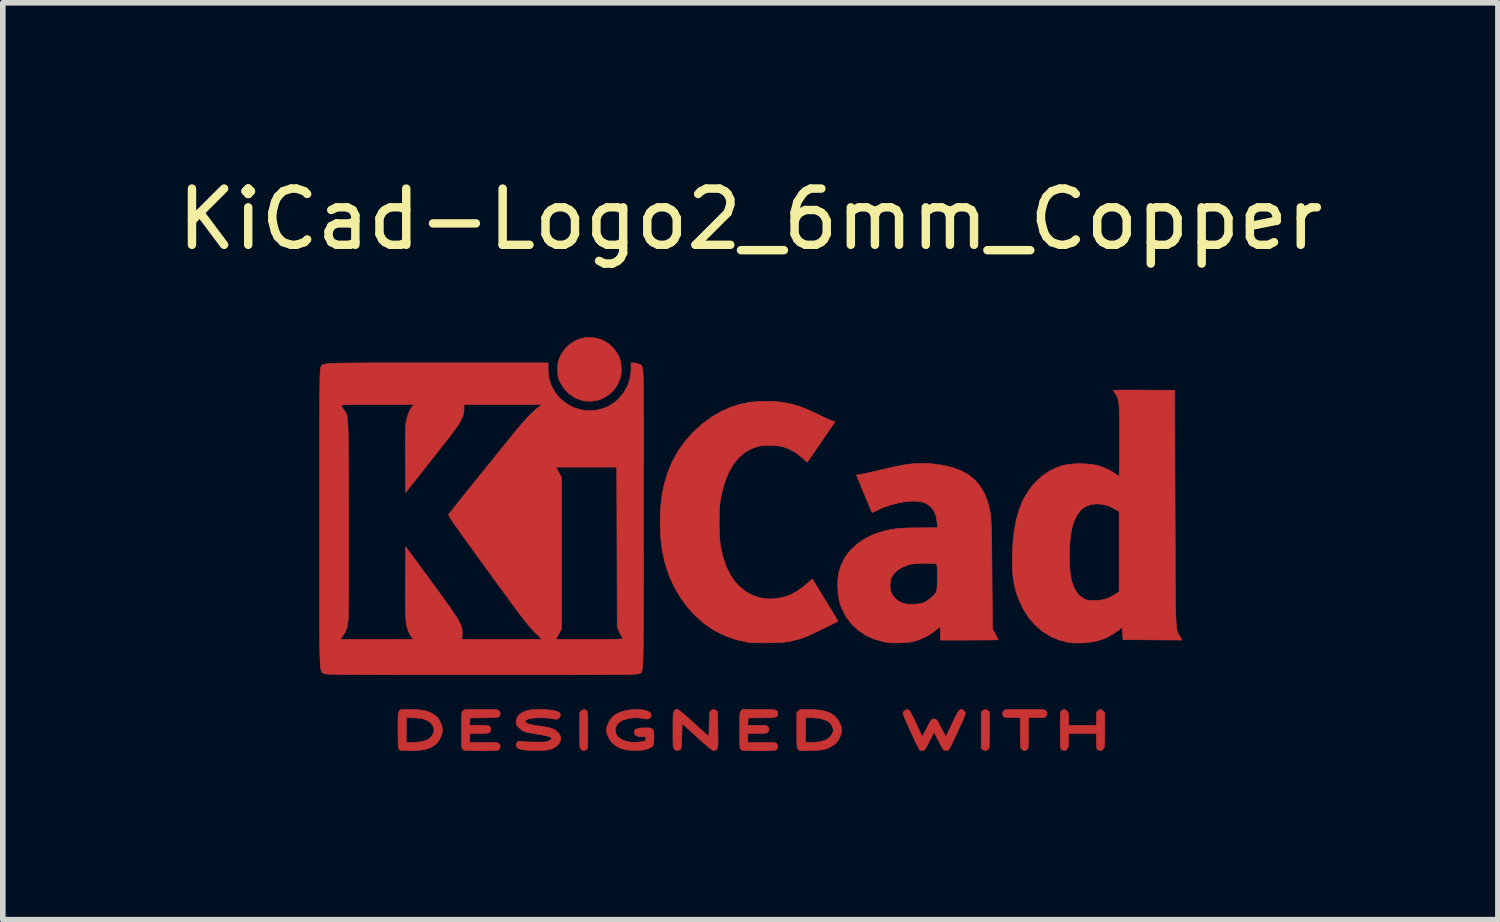
<source format=kicad_pcb>
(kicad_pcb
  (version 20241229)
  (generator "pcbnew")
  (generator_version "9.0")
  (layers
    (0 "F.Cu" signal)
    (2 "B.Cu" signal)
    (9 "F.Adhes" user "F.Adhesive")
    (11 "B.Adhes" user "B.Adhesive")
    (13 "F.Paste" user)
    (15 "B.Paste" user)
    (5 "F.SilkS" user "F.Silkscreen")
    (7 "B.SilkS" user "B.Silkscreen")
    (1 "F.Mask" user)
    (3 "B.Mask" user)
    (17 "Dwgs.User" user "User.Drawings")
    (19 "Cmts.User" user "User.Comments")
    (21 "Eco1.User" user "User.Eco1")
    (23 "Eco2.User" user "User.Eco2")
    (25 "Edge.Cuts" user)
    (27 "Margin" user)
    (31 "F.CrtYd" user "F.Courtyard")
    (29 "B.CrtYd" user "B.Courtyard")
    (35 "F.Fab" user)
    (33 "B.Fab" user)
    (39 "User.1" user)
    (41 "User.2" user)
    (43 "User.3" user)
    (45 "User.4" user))
  (footprint "KiCad-Logo2_6mm_Copper"
    (layer "F.Cu")
    (at 10.292 5.928)
    (property "Reference" "KiCad-Logo2_6mm_Copper" (at 0 -5.08 0) (layer "F.SilkS") (effects (font (size 1 1) (thickness 0.15))))
    (attr board_only exclude_from_pos_files exclude_from_bom allow_missing_courtyard)
    (fp_poly (pts (xy 4.2 3.642) (xy 4.224 3.657) (xy 4.251 3.678) (xy 4.251 4) (xy 4.251 4.094) (xy 4.25 4.168) (xy 4.249 4.225) (xy 4.248 4.267) (xy 4.246 4.297) (xy 4.243 4.317) (xy 4.239 4.331) (xy 4.233 4.341) (xy 4.229 4.345) (xy 4.198 4.366) (xy 4.162 4.365) (xy 4.131 4.347) (xy 4.104 4.326) (xy 4.104 3.678) (xy 4.131 3.657) (xy 4.156 3.641) (xy 4.177 3.635) (xy 4.2 3.642)) (stroke (width 0.01) (type solid)) (fill yes) (layer "F.Cu"))
    (fp_poly (pts (xy -2.912 3.658) (xy -2.906 3.665) (xy -2.9 3.675) (xy -2.896 3.69) (xy -2.894 3.712) (xy -2.892 3.744) (xy -2.89 3.789) (xy -2.89 3.849) (xy -2.89 3.926) (xy -2.89 4.002) (xy -2.89 4.096) (xy -2.89 4.17) (xy -2.891 4.226) (xy -2.892 4.268) (xy -2.894 4.298) (xy -2.897 4.318) (xy -2.901 4.332) (xy -2.907 4.341) (xy -2.912 4.346) (xy -2.945 4.366) (xy -2.98 4.364) (xy -3.012 4.343) (xy -3.019 4.335) (xy -3.025 4.325) (xy -3.029 4.311) (xy -3.032 4.291) (xy -3.034 4.261) (xy -3.035 4.219) (xy -3.036 4.162) (xy -3.036 4.088) (xy -3.036 4.004) (xy -3.036 3.691) (xy -3.009 3.663) (xy -2.974 3.64) (xy -2.941 3.639) (xy -2.912 3.658)) (stroke (width 0.01) (type solid)) (fill yes) (layer "F.Cu"))
    (fp_poly (pts (xy -2.726 -2.964) (xy -2.623 -2.928) (xy -2.527 -2.871) (xy -2.441 -2.795) (xy -2.369 -2.697) (xy -2.336 -2.636) (xy -2.308 -2.55) (xy -2.295 -2.451) (xy -2.296 -2.35) (xy -2.313 -2.257) (xy -2.359 -2.145) (xy -2.425 -2.047) (xy -2.509 -1.966) (xy -2.606 -1.904) (xy -2.714 -1.862) (xy -2.829 -1.844) (xy -2.948 -1.849) (xy -3.007 -1.862) (xy -3.121 -1.906) (xy -3.222 -1.974) (xy -3.309 -2.063) (xy -3.377 -2.171) (xy -3.383 -2.183) (xy -3.403 -2.227) (xy -3.415 -2.265) (xy -3.422 -2.304) (xy -3.425 -2.355) (xy -3.426 -2.41) (xy -3.425 -2.476) (xy -3.421 -2.523) (xy -3.413 -2.562) (xy -3.399 -2.6) (xy -3.382 -2.639) (xy -3.318 -2.747) (xy -3.238 -2.834) (xy -3.147 -2.901) (xy -3.047 -2.948) (xy -2.941 -2.973) (xy -2.833 -2.979) (xy -2.726 -2.964)) (stroke (width 0.01) (type solid)) (fill yes) (layer "F.Cu"))
    (fp_poly (pts (xy 4.975 3.635) (xy 5.053 3.636) (xy 5.115 3.637) (xy 5.161 3.638) (xy 5.194 3.64) (xy 5.217 3.643) (xy 5.232 3.646) (xy 5.243 3.651) (xy 5.248 3.655) (xy 5.273 3.688) (xy 5.276 3.721) (xy 5.26 3.752) (xy 5.25 3.764) (xy 5.239 3.773) (xy 5.223 3.778) (xy 5.197 3.781) (xy 5.159 3.782) (xy 5.102 3.782) (xy 5.091 3.782) (xy 4.945 3.782) (xy 4.945 4.053) (xy 4.945 4.138) (xy 4.944 4.204) (xy 4.943 4.253) (xy 4.942 4.288) (xy 4.939 4.312) (xy 4.935 4.328) (xy 4.929 4.338) (xy 4.922 4.346) (xy 4.889 4.366) (xy 4.855 4.365) (xy 4.824 4.342) (xy 4.822 4.339) (xy 4.814 4.329) (xy 4.808 4.316) (xy 4.804 4.299) (xy 4.801 4.274) (xy 4.8 4.238) (xy 4.799 4.188) (xy 4.798 4.122) (xy 4.798 4.046) (xy 4.798 3.782) (xy 4.659 3.782) (xy 4.599 3.782) (xy 4.558 3.78) (xy 4.53 3.777) (xy 4.513 3.771) (xy 4.502 3.763) (xy 4.501 3.761) (xy 4.484 3.728) (xy 4.486 3.691) (xy 4.505 3.658) (xy 4.512 3.651) (xy 4.521 3.646) (xy 4.535 3.643) (xy 4.556 3.64) (xy 4.587 3.638) (xy 4.63 3.636) (xy 4.687 3.636) (xy 4.762 3.635) (xy 4.856 3.635) (xy 4.876 3.635) (xy 4.975 3.635)) (stroke (width 0.01) (type solid)) (fill yes) (layer "F.Cu"))
    (fp_poly (pts (xy 6.241 3.641) (xy 6.272 3.663) (xy 6.3 3.691) (xy 6.3 4) (xy 6.3 4.092) (xy 6.299 4.164) (xy 6.298 4.219) (xy 6.297 4.26) (xy 6.295 4.289) (xy 6.291 4.309) (xy 6.287 4.323) (xy 6.281 4.333) (xy 6.276 4.339) (xy 6.245 4.364) (xy 6.21 4.367) (xy 6.178 4.351) (xy 6.167 4.343) (xy 6.16 4.331) (xy 6.156 4.312) (xy 6.154 4.281) (xy 6.153 4.235) (xy 6.153 4.199) (xy 6.153 4.064) (xy 5.656 4.064) (xy 5.656 4.187) (xy 5.656 4.243) (xy 5.654 4.282) (xy 5.649 4.308) (xy 5.642 4.326) (xy 5.633 4.339) (xy 5.602 4.364) (xy 5.567 4.367) (xy 5.533 4.349) (xy 5.524 4.34) (xy 5.518 4.328) (xy 5.514 4.309) (xy 5.511 4.28) (xy 5.51 4.236) (xy 5.509 4.174) (xy 5.509 4.16) (xy 5.509 4.044) (xy 5.508 3.948) (xy 5.508 3.87) (xy 5.509 3.809) (xy 5.51 3.762) (xy 5.512 3.727) (xy 5.514 3.701) (xy 5.517 3.684) (xy 5.521 3.672) (xy 5.526 3.664) (xy 5.532 3.658) (xy 5.564 3.638) (xy 5.597 3.641) (xy 5.628 3.663) (xy 5.641 3.677) (xy 5.649 3.693) (xy 5.654 3.716) (xy 5.656 3.75) (xy 5.656 3.802) (xy 5.656 3.917) (xy 6.153 3.917) (xy 6.153 3.799) (xy 6.153 3.744) (xy 6.155 3.707) (xy 6.16 3.683) (xy 6.167 3.668) (xy 6.175 3.658) (xy 6.207 3.638) (xy 6.241 3.641)) (stroke (width 0.01) (type solid)) (fill yes) (layer "F.Cu"))
    (fp_poly (pts (xy 1.03 3.635) (xy 1.159 3.64) (xy 1.269 3.653) (xy 1.361 3.676) (xy 1.438 3.709) (xy 1.5 3.754) (xy 1.551 3.81) (xy 1.591 3.88) (xy 1.592 3.882) (xy 1.616 3.944) (xy 1.625 3.999) (xy 1.618 4.054) (xy 1.595 4.117) (xy 1.591 4.127) (xy 1.562 4.183) (xy 1.529 4.227) (xy 1.487 4.264) (xy 1.429 4.3) (xy 1.426 4.302) (xy 1.375 4.326) (xy 1.318 4.344) (xy 1.251 4.357) (xy 1.17 4.365) (xy 1.072 4.368) (xy 1.037 4.368) (xy 0.871 4.369) (xy 0.848 4.339) (xy 0.841 4.33) (xy 0.836 4.318) (xy 0.831 4.302) (xy 0.829 4.279) (xy 0.827 4.247) (xy 0.826 4.222) (xy 0.983 4.222) (xy 1.076 4.222) (xy 1.131 4.221) (xy 1.188 4.216) (xy 1.234 4.21) (xy 1.237 4.21) (xy 1.319 4.188) (xy 1.383 4.155) (xy 1.43 4.109) (xy 1.463 4.049) (xy 1.469 4.033) (xy 1.474 4.009) (xy 1.472 3.984) (xy 1.46 3.952) (xy 1.453 3.936) (xy 1.43 3.893) (xy 1.402 3.863) (xy 1.371 3.843) (xy 1.309 3.816) (xy 1.229 3.796) (xy 1.137 3.785) (xy 1.07 3.782) (xy 0.983 3.782) (xy 0.983 4.222) (xy 0.826 4.222) (xy 0.825 4.201) (xy 0.825 4.141) (xy 0.825 4.062) (xy 0.825 4) (xy 0.825 3.691) (xy 0.852 3.663) (xy 0.865 3.652) (xy 0.878 3.644) (xy 0.896 3.639) (xy 0.924 3.637) (xy 0.966 3.636) (xy 1.026 3.635) (xy 1.03 3.635)) (stroke (width 0.01) (type solid)) (fill yes) (layer "F.Cu"))
    (fp_poly (pts (xy -6.11 3.635) (xy -6.07 3.636) (xy -5.954 3.638) (xy -5.858 3.647) (xy -5.776 3.661) (xy -5.707 3.683) (xy -5.647 3.714) (xy -5.592 3.753) (xy -5.572 3.77) (xy -5.54 3.81) (xy -5.511 3.864) (xy -5.488 3.924) (xy -5.476 3.981) (xy -5.475 4.002) (xy -5.483 4.061) (xy -5.504 4.125) (xy -5.535 4.186) (xy -5.572 4.235) (xy -5.578 4.24) (xy -5.629 4.282) (xy -5.684 4.314) (xy -5.748 4.338) (xy -5.823 4.354) (xy -5.912 4.364) (xy -6.019 4.369) (xy -6.068 4.369) (xy -6.13 4.369) (xy -6.174 4.367) (xy -6.203 4.365) (xy -6.222 4.36) (xy -6.235 4.353) (xy -6.242 4.346) (xy -6.249 4.339) (xy -6.254 4.329) (xy -6.258 4.315) (xy -6.261 4.293) (xy -6.263 4.26) (xy -6.264 4.216) (xy -6.265 4.156) (xy -6.265 4.078) (xy -6.265 4.002) (xy -6.265 3.901) (xy -6.265 3.821) (xy -6.264 3.782) (xy -6.118 3.782) (xy -6.118 4.222) (xy -6.025 4.222) (xy -5.969 4.221) (xy -5.91 4.216) (xy -5.861 4.211) (xy -5.86 4.21) (xy -5.781 4.191) (xy -5.719 4.161) (xy -5.673 4.119) (xy -5.643 4.073) (xy -5.625 4.022) (xy -5.626 3.974) (xy -5.647 3.923) (xy -5.689 3.87) (xy -5.746 3.831) (xy -5.821 3.805) (xy -5.871 3.795) (xy -5.928 3.789) (xy -5.988 3.784) (xy -6.039 3.782) (xy -6.042 3.782) (xy -6.118 3.782) (xy -6.264 3.782) (xy -6.264 3.758) (xy -6.259 3.711) (xy -6.251 3.678) (xy -6.238 3.656) (xy -6.218 3.643) (xy -6.191 3.637) (xy -6.155 3.635) (xy -6.11 3.635)) (stroke (width 0.01) (type solid)) (fill yes) (layer "F.Cu"))
    (fp_poly (pts (xy -1.288 3.64) (xy -1.265 3.653) (xy -1.234 3.676) (xy -1.194 3.709) (xy -1.144 3.752) (xy -1.082 3.807) (xy -1.006 3.876) (xy -0.92 3.954) (xy -0.739 4.118) (xy -0.733 3.898) (xy -0.731 3.823) (xy -0.729 3.766) (xy -0.727 3.726) (xy -0.724 3.698) (xy -0.72 3.681) (xy -0.714 3.669) (xy -0.705 3.66) (xy -0.701 3.657) (xy -0.667 3.638) (xy -0.634 3.641) (xy -0.608 3.657) (xy -0.581 3.678) (xy -0.578 3.993) (xy -0.577 4.086) (xy -0.576 4.159) (xy -0.576 4.214) (xy -0.577 4.256) (xy -0.579 4.285) (xy -0.582 4.305) (xy -0.586 4.32) (xy -0.592 4.33) (xy -0.598 4.339) (xy -0.612 4.354) (xy -0.625 4.365) (xy -0.64 4.369) (xy -0.659 4.365) (xy -0.684 4.353) (xy -0.716 4.331) (xy -0.757 4.298) (xy -0.809 4.253) (xy -0.874 4.195) (xy -0.948 4.128) (xy -1.213 3.888) (xy -1.219 4.107) (xy -1.221 4.182) (xy -1.223 4.239) (xy -1.225 4.279) (xy -1.228 4.306) (xy -1.233 4.324) (xy -1.239 4.335) (xy -1.247 4.344) (xy -1.251 4.347) (xy -1.288 4.367) (xy -1.323 4.364) (xy -1.353 4.339) (xy -1.36 4.329) (xy -1.366 4.318) (xy -1.37 4.302) (xy -1.373 4.279) (xy -1.375 4.246) (xy -1.376 4.201) (xy -1.377 4.14) (xy -1.377 4.061) (xy -1.377 4.002) (xy -1.377 3.911) (xy -1.376 3.839) (xy -1.376 3.784) (xy -1.374 3.744) (xy -1.372 3.715) (xy -1.368 3.695) (xy -1.364 3.681) (xy -1.358 3.671) (xy -1.353 3.665) (xy -1.342 3.651) (xy -1.332 3.64) (xy -1.32 3.634) (xy -1.306 3.634) (xy -1.288 3.64)) (stroke (width 0.01) (type solid)) (fill yes) (layer "F.Cu"))
    (fp_poly (pts (xy -1.938 3.641) (xy -1.87 3.652) (xy -1.817 3.67) (xy -1.783 3.694) (xy -1.774 3.707) (xy -1.764 3.738) (xy -1.771 3.767) (xy -1.791 3.793) (xy -1.822 3.806) (xy -1.867 3.805) (xy -1.903 3.798) (xy -1.981 3.785) (xy -2.061 3.784) (xy -2.15 3.794) (xy -2.175 3.799) (xy -2.258 3.822) (xy -2.323 3.857) (xy -2.369 3.903) (xy -2.395 3.959) (xy -2.401 3.988) (xy -2.397 4.046) (xy -2.374 4.098) (xy -2.333 4.142) (xy -2.277 4.177) (xy -2.207 4.203) (xy -2.126 4.218) (xy -2.036 4.221) (xy -1.939 4.211) (xy -1.934 4.21) (xy -1.895 4.203) (xy -1.874 4.196) (xy -1.865 4.185) (xy -1.862 4.168) (xy -1.862 4.159) (xy -1.862 4.121) (xy -1.931 4.121) (xy -1.991 4.117) (xy -2.032 4.103) (xy -2.056 4.08) (xy -2.065 4.045) (xy -2.065 4.041) (xy -2.06 4.011) (xy -2.043 3.99) (xy -2.01 3.976) (xy -1.96 3.967) (xy -1.911 3.964) (xy -1.841 3.963) (xy -1.789 3.965) (xy -1.755 3.975) (xy -1.733 3.995) (xy -1.721 4.027) (xy -1.716 4.074) (xy -1.715 4.136) (xy -1.717 4.206) (xy -1.721 4.253) (xy -1.728 4.278) (xy -1.73 4.28) (xy -1.769 4.312) (xy -1.826 4.337) (xy -1.897 4.355) (xy -1.98 4.365) (xy -2.069 4.367) (xy -2.163 4.36) (xy -2.218 4.352) (xy -2.304 4.328) (xy -2.384 4.288) (xy -2.451 4.236) (xy -2.461 4.226) (xy -2.495 4.182) (xy -2.524 4.128) (xy -2.548 4.072) (xy -2.561 4.02) (xy -2.562 4.001) (xy -2.556 3.96) (xy -2.538 3.908) (xy -2.513 3.855) (xy -2.483 3.805) (xy -2.457 3.773) (xy -2.396 3.724) (xy -2.317 3.685) (xy -2.223 3.657) (xy -2.117 3.64) (xy -2.02 3.636) (xy -1.938 3.641)) (stroke (width 0.01) (type solid)) (fill yes) (layer "F.Cu"))
    (fp_poly (pts (xy 0.242 3.635) (xy 0.318 3.636) (xy 0.377 3.639) (xy 0.42 3.642) (xy 0.45 3.648) (xy 0.469 3.657) (xy 0.48 3.669) (xy 0.485 3.685) (xy 0.486 3.705) (xy 0.486 3.708) (xy 0.485 3.73) (xy 0.48 3.748) (xy 0.469 3.761) (xy 0.449 3.77) (xy 0.418 3.776) (xy 0.372 3.78) (xy 0.31 3.783) (xy 0.228 3.784) (xy 0.203 3.785) (xy -0.039 3.788) (xy -0.042 3.853) (xy -0.046 3.917) (xy 0.122 3.917) (xy 0.188 3.918) (xy 0.235 3.919) (xy 0.267 3.921) (xy 0.287 3.925) (xy 0.301 3.931) (xy 0.31 3.94) (xy 0.311 3.94) (xy 0.328 3.973) (xy 0.327 4.01) (xy 0.309 4.041) (xy 0.305 4.044) (xy 0.292 4.052) (xy 0.275 4.058) (xy 0.248 4.061) (xy 0.209 4.063) (xy 0.153 4.064) (xy 0.118 4.064) (xy -0.045 4.064) (xy -0.045 4.222) (xy 0.202 4.222) (xy 0.283 4.222) (xy 0.345 4.223) (xy 0.39 4.224) (xy 0.422 4.226) (xy 0.443 4.23) (xy 0.456 4.234) (xy 0.465 4.241) (xy 0.467 4.243) (xy 0.483 4.274) (xy 0.485 4.31) (xy 0.471 4.341) (xy 0.461 4.351) (xy 0.45 4.357) (xy 0.433 4.361) (xy 0.407 4.364) (xy 0.37 4.367) (xy 0.319 4.368) (xy 0.252 4.369) (xy 0.165 4.369) (xy 0.145 4.369) (xy 0.057 4.369) (xy -0.012 4.369) (xy -0.064 4.368) (xy -0.101 4.366) (xy -0.127 4.364) (xy -0.144 4.36) (xy -0.156 4.355) (xy -0.164 4.349) (xy -0.168 4.344) (xy -0.175 4.336) (xy -0.181 4.326) (xy -0.185 4.311) (xy -0.187 4.289) (xy -0.189 4.257) (xy -0.191 4.212) (xy -0.191 4.151) (xy -0.191 4.073) (xy -0.191 4.007) (xy -0.191 3.915) (xy -0.191 3.842) (xy -0.19 3.787) (xy -0.189 3.746) (xy -0.187 3.717) (xy -0.183 3.696) (xy -0.179 3.682) (xy -0.173 3.672) (xy -0.168 3.665) (xy -0.145 3.635) (xy 0.145 3.635) (xy 0.242 3.635)) (stroke (width 0.01) (type solid)) (fill yes) (layer "F.Cu"))
    (fp_poly (pts (xy -4.701 3.635) (xy -4.632 3.636) (xy -4.579 3.637) (xy -4.541 3.638) (xy -4.514 3.641) (xy -4.496 3.644) (xy -4.484 3.649) (xy -4.475 3.655) (xy -4.472 3.658) (xy -4.452 3.689) (xy -4.449 3.725) (xy -4.462 3.757) (xy -4.468 3.763) (xy -4.478 3.769) (xy -4.493 3.774) (xy -4.518 3.778) (xy -4.554 3.78) (xy -4.605 3.782) (xy -4.673 3.784) (xy -4.736 3.785) (xy -4.984 3.788) (xy -4.987 3.853) (xy -4.99 3.917) (xy -4.822 3.917) (xy -4.749 3.918) (xy -4.696 3.921) (xy -4.659 3.927) (xy -4.636 3.936) (xy -4.623 3.952) (xy -4.618 3.974) (xy -4.617 3.994) (xy -4.619 4.019) (xy -4.629 4.037) (xy -4.648 4.05) (xy -4.679 4.058) (xy -4.727 4.062) (xy -4.792 4.064) (xy -4.828 4.064) (xy -4.989 4.064) (xy -4.989 4.222) (xy -4.741 4.222) (xy -4.66 4.222) (xy -4.598 4.223) (xy -4.552 4.224) (xy -4.52 4.226) (xy -4.499 4.229) (xy -4.485 4.234) (xy -4.475 4.24) (xy -4.47 4.245) (xy -4.453 4.272) (xy -4.447 4.296) (xy -4.455 4.325) (xy -4.47 4.346) (xy -4.478 4.353) (xy -4.488 4.359) (xy -4.503 4.362) (xy -4.526 4.365) (xy -4.559 4.367) (xy -4.606 4.368) (xy -4.668 4.369) (xy -4.75 4.369) (xy -4.792 4.369) (xy -4.882 4.369) (xy -4.952 4.369) (xy -5.005 4.368) (xy -5.044 4.366) (xy -5.071 4.364) (xy -5.09 4.36) (xy -5.102 4.356) (xy -5.11 4.35) (xy -5.113 4.346) (xy -5.12 4.339) (xy -5.125 4.329) (xy -5.129 4.314) (xy -5.132 4.292) (xy -5.134 4.26) (xy -5.135 4.215) (xy -5.136 4.155) (xy -5.136 4.077) (xy -5.136 4.004) (xy -5.136 3.911) (xy -5.136 3.838) (xy -5.135 3.782) (xy -5.134 3.74) (xy -5.132 3.711) (xy -5.129 3.691) (xy -5.125 3.678) (xy -5.119 3.669) (xy -5.112 3.661) (xy -5.11 3.66) (xy -5.101 3.652) (xy -5.091 3.647) (xy -5.077 3.642) (xy -5.056 3.639) (xy -5.025 3.637) (xy -4.981 3.636) (xy -4.922 3.635) (xy -4.845 3.635) (xy -4.79 3.635) (xy -4.701 3.635)) (stroke (width 0.01) (type solid)) (fill yes) (layer "F.Cu"))
    (fp_poly (pts (xy 3.756 3.637) (xy 3.776 3.644) (xy 3.777 3.645) (xy 3.803 3.665) (xy 3.818 3.686) (xy 3.821 3.696) (xy 3.821 3.709) (xy 3.817 3.727) (xy 3.808 3.753) (xy 3.793 3.79) (xy 3.772 3.839) (xy 3.744 3.903) (xy 3.707 3.983) (xy 3.687 4.027) (xy 3.65 4.106) (xy 3.616 4.179) (xy 3.585 4.242) (xy 3.559 4.294) (xy 3.54 4.331) (xy 3.527 4.352) (xy 3.525 4.355) (xy 3.494 4.367) (xy 3.459 4.366) (xy 3.431 4.351) (xy 3.43 4.349) (xy 3.418 4.332) (xy 3.4 4.299) (xy 3.376 4.255) (xy 3.349 4.202) (xy 3.339 4.183) (xy 3.266 4.036) (xy 3.186 4.196) (xy 3.157 4.251) (xy 3.131 4.298) (xy 3.109 4.335) (xy 3.093 4.357) (xy 3.088 4.362) (xy 3.046 4.368) (xy 3.012 4.355) (xy 3.001 4.341) (xy 2.984 4.309) (xy 2.96 4.263) (xy 2.932 4.205) (xy 2.901 4.14) (xy 2.869 4.07) (xy 2.835 3.997) (xy 2.804 3.927) (xy 2.774 3.86) (xy 2.749 3.801) (xy 2.729 3.753) (xy 2.716 3.718) (xy 2.712 3.7) (xy 2.712 3.7) (xy 2.723 3.678) (xy 2.745 3.655) (xy 2.746 3.654) (xy 2.774 3.639) (xy 2.799 3.639) (xy 2.808 3.642) (xy 2.82 3.648) (xy 2.832 3.66) (xy 2.846 3.681) (xy 2.864 3.713) (xy 2.887 3.759) (xy 2.917 3.821) (xy 2.943 3.878) (xy 2.974 3.944) (xy 3.002 4.004) (xy 3.025 4.054) (xy 3.042 4.091) (xy 3.051 4.112) (xy 3.052 4.115) (xy 3.058 4.11) (xy 3.073 4.087) (xy 3.093 4.051) (xy 3.117 4.004) (xy 3.127 3.985) (xy 3.16 3.92) (xy 3.185 3.873) (xy 3.205 3.84) (xy 3.222 3.82) (xy 3.237 3.809) (xy 3.253 3.805) (xy 3.264 3.805) (xy 3.282 3.806) (xy 3.299 3.813) (xy 3.315 3.828) (xy 3.333 3.853) (xy 3.355 3.892) (xy 3.384 3.948) (xy 3.4 3.979) (xy 3.426 4.029) (xy 3.449 4.071) (xy 3.466 4.1) (xy 3.476 4.114) (xy 3.478 4.115) (xy 3.484 4.104) (xy 3.498 4.075) (xy 3.519 4.032) (xy 3.546 3.978) (xy 3.575 3.915) (xy 3.59 3.883) (xy 3.628 3.802) (xy 3.659 3.74) (xy 3.683 3.694) (xy 3.704 3.663) (xy 3.722 3.645) (xy 3.739 3.637) (xy 3.756 3.637)) (stroke (width 0.01) (type solid)) (fill yes) (layer "F.Cu"))
    (fp_poly (pts (xy -3.68 3.637) (xy -3.605 3.642) (xy -3.536 3.65) (xy -3.475 3.661) (xy -3.428 3.674) (xy -3.399 3.689) (xy -3.394 3.693) (xy -3.378 3.728) (xy -3.383 3.764) (xy -3.408 3.794) (xy -3.409 3.795) (xy -3.423 3.804) (xy -3.438 3.809) (xy -3.459 3.81) (xy -3.492 3.806) (xy -3.54 3.798) (xy -3.544 3.798) (xy -3.617 3.789) (xy -3.696 3.784) (xy -3.774 3.784) (xy -3.848 3.788) (xy -3.91 3.797) (xy -3.957 3.809) (xy -3.96 3.81) (xy -3.993 3.829) (xy -4.005 3.848) (xy -3.996 3.867) (xy -3.966 3.885) (xy -3.917 3.901) (xy -3.849 3.916) (xy -3.804 3.923) (xy -3.71 3.936) (xy -3.635 3.948) (xy -3.576 3.961) (xy -3.53 3.974) (xy -3.494 3.989) (xy -3.464 4.007) (xy -3.438 4.03) (xy -3.417 4.052) (xy -3.391 4.083) (xy -3.379 4.11) (xy -3.375 4.142) (xy -3.375 4.154) (xy -3.378 4.194) (xy -3.389 4.223) (xy -3.41 4.25) (xy -3.451 4.29) (xy -3.496 4.32) (xy -3.55 4.342) (xy -3.615 4.357) (xy -3.695 4.365) (xy -3.793 4.367) (xy -3.81 4.367) (xy -3.875 4.366) (xy -3.94 4.363) (xy -3.998 4.359) (xy -4.04 4.353) (xy -4.044 4.353) (xy -4.086 4.343) (xy -4.122 4.33) (xy -4.142 4.318) (xy -4.161 4.288) (xy -4.163 4.252) (xy -4.146 4.22) (xy -4.143 4.217) (xy -4.128 4.206) (xy -4.109 4.201) (xy -4.079 4.202) (xy -4.044 4.206) (xy -4.004 4.21) (xy -3.949 4.213) (xy -3.884 4.215) (xy -3.816 4.216) (xy -3.798 4.216) (xy -3.73 4.216) (xy -3.681 4.215) (xy -3.645 4.212) (xy -3.619 4.207) (xy -3.597 4.2) (xy -3.584 4.194) (xy -3.556 4.177) (xy -3.538 4.162) (xy -3.536 4.158) (xy -3.541 4.14) (xy -3.568 4.123) (xy -3.613 4.108) (xy -3.675 4.094) (xy -3.693 4.091) (xy -3.789 4.076) (xy -3.866 4.063) (xy -3.926 4.052) (xy -3.973 4.042) (xy -4.009 4.031) (xy -4.038 4.019) (xy -4.062 4.005) (xy -4.084 3.988) (xy -4.108 3.968) (xy -4.116 3.96) (xy -4.144 3.933) (xy -4.158 3.911) (xy -4.164 3.886) (xy -4.165 3.855) (xy -4.155 3.794) (xy -4.124 3.742) (xy -4.073 3.699) (xy -4.002 3.666) (xy -3.951 3.651) (xy -3.895 3.642) (xy -3.829 3.636) (xy -3.756 3.635) (xy -3.68 3.637)) (stroke (width 0.01) (type solid)) (fill yes) (layer "F.Cu"))
    (fp_poly (pts (xy 0.44 -1.84) (xy 0.588 -1.823) (xy 0.731 -1.794) (xy 0.876 -1.751) (xy 1.028 -1.692) (xy 1.192 -1.615) (xy 1.222 -1.6) (xy 1.29 -1.567) (xy 1.354 -1.537) (xy 1.408 -1.513) (xy 1.446 -1.498) (xy 1.451 -1.496) (xy 1.506 -1.48) (xy 1.26 -1.121) (xy 1.2 -1.033) (xy 1.144 -0.953) (xy 1.096 -0.883) (xy 1.057 -0.826) (xy 1.029 -0.785) (xy 1.013 -0.763) (xy 1.011 -0.759) (xy 1 -0.767) (xy 0.975 -0.789) (xy 0.939 -0.823) (xy 0.919 -0.841) (xy 0.806 -0.931) (xy 0.679 -0.999) (xy 0.57 -1.037) (xy 0.504 -1.049) (xy 0.422 -1.056) (xy 0.333 -1.058) (xy 0.247 -1.056) (xy 0.173 -1.048) (xy 0.144 -1.043) (xy 0.011 -0.997) (xy -0.108 -0.927) (xy -0.215 -0.834) (xy -0.308 -0.716) (xy -0.387 -0.575) (xy -0.454 -0.411) (xy -0.506 -0.223) (xy -0.537 -0.062) (xy -0.546 0.009) (xy -0.551 0.101) (xy -0.554 0.207) (xy -0.555 0.32) (xy -0.553 0.435) (xy -0.548 0.544) (xy -0.542 0.64) (xy -0.533 0.718) (xy -0.531 0.73) (xy -0.489 0.923) (xy -0.431 1.094) (xy -0.357 1.243) (xy -0.267 1.372) (xy -0.203 1.442) (xy -0.089 1.536) (xy 0.037 1.606) (xy 0.172 1.651) (xy 0.313 1.671) (xy 0.459 1.666) (xy 0.608 1.634) (xy 0.696 1.603) (xy 0.818 1.542) (xy 0.943 1.453) (xy 1.013 1.393) (xy 1.053 1.358) (xy 1.084 1.332) (xy 1.101 1.32) (xy 1.104 1.32) (xy 1.112 1.332) (xy 1.132 1.366) (xy 1.163 1.416) (xy 1.203 1.482) (xy 1.251 1.56) (xy 1.304 1.647) (xy 1.334 1.696) (xy 1.56 2.067) (xy 1.278 2.207) (xy 1.176 2.257) (xy 1.093 2.296) (xy 1.025 2.327) (xy 0.966 2.351) (xy 0.911 2.371) (xy 0.855 2.388) (xy 0.794 2.403) (xy 0.735 2.417) (xy 0.682 2.428) (xy 0.627 2.437) (xy 0.565 2.443) (xy 0.488 2.447) (xy 0.394 2.45) (xy 0.33 2.451) (xy 0.238 2.452) (xy 0.151 2.451) (xy 0.073 2.45) (xy 0.01 2.447) (xy -0.032 2.444) (xy -0.034 2.443) (xy -0.25 2.396) (xy -0.452 2.326) (xy -0.642 2.231) (xy -0.818 2.112) (xy -0.98 1.969) (xy -1.129 1.803) (xy -1.238 1.654) (xy -1.353 1.461) (xy -1.446 1.256) (xy -1.517 1.038) (xy -1.567 0.807) (xy -1.597 0.56) (xy -1.606 0.309) (xy -1.598 0.066) (xy -1.574 -0.158) (xy -1.533 -0.368) (xy -1.474 -0.565) (xy -1.396 -0.756) (xy -1.387 -0.776) (xy -1.284 -0.96) (xy -1.159 -1.135) (xy -1.013 -1.298) (xy -0.851 -1.445) (xy -0.676 -1.572) (xy -0.514 -1.665) (xy -0.349 -1.738) (xy -0.185 -1.791) (xy -0.013 -1.825) (xy 0.171 -1.842) (xy 0.281 -1.844) (xy 0.44 -1.84)) (stroke (width 0.01) (type solid)) (fill yes) (layer "F.Cu"))
    (fp_poly (pts (xy 6.842 -2.043) (xy 6.959 -2.043) (xy 6.999 -2.042) (xy 7.544 -2.039) (xy 7.551 0.055) (xy 7.552 0.339) (xy 7.553 0.597) (xy 7.554 0.83) (xy 7.555 1.039) (xy 7.555 1.227) (xy 7.556 1.393) (xy 7.557 1.54) (xy 7.559 1.669) (xy 7.56 1.782) (xy 7.562 1.879) (xy 7.564 1.961) (xy 7.567 2.031) (xy 7.57 2.09) (xy 7.574 2.138) (xy 7.578 2.177) (xy 7.582 2.209) (xy 7.588 2.235) (xy 7.594 2.257) (xy 7.601 2.274) (xy 7.609 2.29) (xy 7.618 2.305) (xy 7.627 2.32) (xy 7.638 2.337) (xy 7.64 2.341) (xy 7.676 2.403) (xy 7.15 2.399) (xy 6.625 2.396) (xy 6.618 2.28) (xy 6.614 2.225) (xy 6.61 2.193) (xy 6.605 2.18) (xy 6.597 2.183) (xy 6.59 2.19) (xy 6.561 2.217) (xy 6.514 2.251) (xy 6.456 2.289) (xy 6.392 2.326) (xy 6.33 2.359) (xy 6.283 2.38) (xy 6.171 2.415) (xy 6.044 2.44) (xy 5.909 2.454) (xy 5.777 2.455) (xy 5.656 2.444) (xy 5.654 2.444) (xy 5.49 2.402) (xy 5.335 2.336) (xy 5.193 2.247) (xy 5.065 2.137) (xy 4.951 2.006) (xy 4.854 1.856) (xy 4.775 1.689) (xy 4.731 1.565) (xy 4.703 1.462) (xy 4.682 1.361) (xy 4.667 1.258) (xy 4.659 1.146) (xy 4.656 1.019) (xy 4.658 0.915) (xy 5.671 0.915) (xy 5.675 1.089) (xy 5.691 1.239) (xy 5.716 1.366) (xy 5.754 1.471) (xy 5.803 1.555) (xy 5.864 1.621) (xy 5.934 1.668) (xy 5.971 1.685) (xy 6.003 1.695) (xy 6.038 1.7) (xy 6.086 1.701) (xy 6.137 1.699) (xy 6.238 1.69) (xy 6.318 1.672) (xy 6.343 1.664) (xy 6.4 1.638) (xy 6.461 1.605) (xy 6.487 1.589) (xy 6.556 1.544) (xy 6.556 0.117) (xy 6.48 0.072) (xy 6.375 0.021) (xy 6.268 -0.01) (xy 6.162 -0.019) (xy 6.061 -0.008) (xy 5.97 0.023) (xy 5.893 0.075) (xy 5.868 0.099) (xy 5.808 0.181) (xy 5.759 0.279) (xy 5.721 0.396) (xy 5.695 0.533) (xy 5.678 0.692) (xy 5.671 0.876) (xy 5.671 0.915) (xy 4.658 0.915) (xy 4.658 0.872) (xy 4.67 0.646) (xy 4.693 0.442) (xy 4.729 0.258) (xy 4.777 0.089) (xy 4.839 -0.066) (xy 4.861 -0.112) (xy 4.95 -0.262) (xy 5.058 -0.396) (xy 5.182 -0.51) (xy 5.319 -0.604) (xy 5.468 -0.674) (xy 5.557 -0.703) (xy 5.644 -0.72) (xy 5.749 -0.73) (xy 5.863 -0.734) (xy 5.977 -0.73) (xy 6.083 -0.719) (xy 6.167 -0.703) (xy 6.268 -0.67) (xy 6.366 -0.628) (xy 6.451 -0.58) (xy 6.497 -0.548) (xy 6.528 -0.525) (xy 6.55 -0.51) (xy 6.555 -0.508) (xy 6.557 -0.521) (xy 6.558 -0.559) (xy 6.559 -0.619) (xy 6.561 -0.699) (xy 6.562 -0.795) (xy 6.562 -0.906) (xy 6.563 -1.027) (xy 6.563 -1.151) (xy 6.563 -1.31) (xy 6.562 -1.444) (xy 6.561 -1.555) (xy 6.56 -1.647) (xy 6.557 -1.721) (xy 6.553 -1.781) (xy 6.548 -1.829) (xy 6.54 -1.867) (xy 6.531 -1.898) (xy 6.52 -1.925) (xy 6.507 -1.949) (xy 6.49 -1.975) (xy 6.488 -1.978) (xy 6.467 -2.011) (xy 6.455 -2.034) (xy 6.453 -2.039) (xy 6.466 -2.04) (xy 6.504 -2.041) (xy 6.563 -2.042) (xy 6.642 -2.043) (xy 6.735 -2.043) (xy 6.842 -2.043)) (stroke (width 0.01) (type solid)) (fill yes) (layer "F.Cu"))
    (fp_poly (pts (xy 3.168 -0.736) (xy 3.236 -0.731) (xy 3.43 -0.705) (xy 3.603 -0.663) (xy 3.753 -0.606) (xy 3.884 -0.532) (xy 3.994 -0.441) (xy 4.086 -0.333) (xy 4.16 -0.206) (xy 4.214 -0.069) (xy 4.227 -0.025) (xy 4.239 0.016) (xy 4.249 0.057) (xy 4.258 0.099) (xy 4.266 0.145) (xy 4.272 0.196) (xy 4.277 0.257) (xy 4.281 0.327) (xy 4.285 0.411) (xy 4.287 0.509) (xy 4.29 0.624) (xy 4.292 0.759) (xy 4.293 0.915) (xy 4.295 1.095) (xy 4.296 1.236) (xy 4.304 2.204) (xy 4.356 2.297) (xy 4.38 2.342) (xy 4.398 2.377) (xy 4.407 2.395) (xy 4.407 2.396) (xy 4.394 2.398) (xy 4.356 2.399) (xy 4.297 2.4) (xy 4.22 2.401) (xy 4.127 2.402) (xy 4.021 2.402) (xy 3.906 2.403) (xy 3.892 2.403) (xy 3.378 2.403) (xy 3.378 2.286) (xy 3.377 2.233) (xy 3.374 2.193) (xy 3.371 2.171) (xy 3.369 2.169) (xy 3.356 2.178) (xy 3.328 2.2) (xy 3.291 2.231) (xy 3.29 2.231) (xy 3.224 2.281) (xy 3.14 2.331) (xy 3.048 2.376) (xy 2.957 2.411) (xy 2.918 2.423) (xy 2.838 2.439) (xy 2.741 2.448) (xy 2.635 2.453) (xy 2.528 2.451) (xy 2.43 2.443) (xy 2.362 2.432) (xy 2.194 2.383) (xy 2.042 2.312) (xy 1.909 2.222) (xy 1.794 2.112) (xy 1.699 1.984) (xy 1.625 1.839) (xy 1.592 1.751) (xy 1.572 1.665) (xy 1.559 1.562) (xy 1.553 1.451) (xy 1.553 1.435) (xy 2.482 1.435) (xy 2.489 1.517) (xy 2.515 1.586) (xy 2.562 1.649) (xy 2.581 1.668) (xy 2.645 1.718) (xy 2.72 1.75) (xy 2.81 1.766) (xy 2.904 1.767) (xy 2.994 1.759) (xy 3.062 1.744) (xy 3.092 1.733) (xy 3.145 1.703) (xy 3.202 1.66) (xy 3.254 1.612) (xy 3.293 1.566) (xy 3.303 1.549) (xy 3.311 1.526) (xy 3.317 1.488) (xy 3.32 1.433) (xy 3.322 1.357) (xy 3.323 1.284) (xy 3.322 1.199) (xy 3.321 1.138) (xy 3.319 1.096) (xy 3.315 1.07) (xy 3.309 1.055) (xy 3.301 1.048) (xy 3.299 1.046) (xy 3.276 1.043) (xy 3.233 1.04) (xy 3.173 1.038) (xy 3.104 1.037) (xy 3.089 1.037) (xy 2.997 1.038) (xy 2.925 1.043) (xy 2.869 1.051) (xy 2.822 1.062) (xy 2.706 1.106) (xy 2.615 1.16) (xy 2.548 1.225) (xy 2.504 1.302) (xy 2.484 1.391) (xy 2.482 1.435) (xy 1.553 1.435) (xy 1.554 1.342) (xy 1.564 1.245) (xy 1.571 1.205) (xy 1.617 1.059) (xy 1.687 0.924) (xy 1.78 0.802) (xy 1.895 0.695) (xy 2.03 0.603) (xy 2.183 0.528) (xy 2.313 0.482) (xy 2.401 0.459) (xy 2.484 0.44) (xy 2.569 0.426) (xy 2.661 0.416) (xy 2.765 0.41) (xy 2.888 0.407) (xy 2.998 0.406) (xy 3.326 0.405) (xy 3.319 0.307) (xy 3.302 0.2) (xy 3.264 0.108) (xy 3.207 0.033) (xy 3.134 -0.022) (xy 3.07 -0.048) (xy 2.977 -0.065) (xy 2.867 -0.068) (xy 2.745 -0.057) (xy 2.615 -0.033) (xy 2.483 0.003) (xy 2.354 0.049) (xy 2.261 0.092) (xy 2.216 0.114) (xy 2.181 0.129) (xy 2.164 0.135) (xy 2.163 0.135) (xy 2.157 0.121) (xy 2.142 0.086) (xy 2.119 0.032) (xy 2.09 -0.037) (xy 2.056 -0.118) (xy 2.022 -0.201) (xy 1.886 -0.532) (xy 1.983 -0.548) (xy 2.025 -0.556) (xy 2.088 -0.57) (xy 2.167 -0.587) (xy 2.257 -0.608) (xy 2.351 -0.63) (xy 2.389 -0.64) (xy 2.552 -0.677) (xy 2.694 -0.706) (xy 2.822 -0.725) (xy 2.939 -0.736) (xy 3.053 -0.74) (xy 3.168 -0.736)) (stroke (width 0.01) (type solid)) (fill yes) (layer "F.Cu"))
    (fp_poly (pts (xy -5.956 -2.526) (xy -5.691 -2.526) (xy -5.568 -2.526) (xy -3.597 -2.526) (xy -3.597 -2.41) (xy -3.585 -2.269) (xy -3.547 -2.138) (xy -3.485 -2.018) (xy -3.396 -1.907) (xy -3.366 -1.877) (xy -3.258 -1.793) (xy -3.14 -1.731) (xy -3.013 -1.692) (xy -2.883 -1.676) (xy -2.752 -1.683) (xy -2.625 -1.712) (xy -2.504 -1.765) (xy -2.393 -1.84) (xy -2.343 -1.886) (xy -2.25 -1.997) (xy -2.182 -2.12) (xy -2.139 -2.252) (xy -2.122 -2.392) (xy -2.122 -2.406) (xy -2.121 -2.526) (xy -2.068 -2.526) (xy -2.022 -2.52) (xy -1.979 -2.504) (xy -1.976 -2.503) (xy -1.966 -2.498) (xy -1.957 -2.494) (xy -1.949 -2.49) (xy -1.942 -2.485) (xy -1.935 -2.477) (xy -1.929 -2.467) (xy -1.924 -2.451) (xy -1.919 -2.43) (xy -1.915 -2.402) (xy -1.911 -2.366) (xy -1.908 -2.321) (xy -1.905 -2.266) (xy -1.903 -2.199) (xy -1.901 -2.12) (xy -1.899 -2.027) (xy -1.898 -1.919) (xy -1.897 -1.795) (xy -1.897 -1.654) (xy -1.896 -1.495) (xy -1.896 -1.317) (xy -1.896 -1.118) (xy -1.896 -0.897) (xy -1.897 -0.654) (xy -1.897 -0.386) (xy -1.897 -0.094) (xy -1.898 0.224) (xy -1.898 0.263) (xy -1.898 0.584) (xy -1.899 0.878) (xy -1.899 1.147) (xy -1.899 1.392) (xy -1.9 1.614) (xy -1.9 1.814) (xy -1.901 1.994) (xy -1.902 2.154) (xy -1.903 2.296) (xy -1.904 2.421) (xy -1.905 2.529) (xy -1.907 2.623) (xy -1.909 2.702) (xy -1.911 2.769) (xy -1.914 2.825) (xy -1.918 2.87) (xy -1.921 2.906) (xy -1.926 2.934) (xy -1.931 2.954) (xy -1.936 2.969) (xy -1.942 2.979) (xy -1.949 2.986) (xy -1.956 2.99) (xy -1.965 2.993) (xy -1.974 2.995) (xy -1.983 2.999) (xy -1.986 3) (xy -1.993 3.002) (xy -2.006 3.005) (xy -2.025 3.007) (xy -2.051 3.009) (xy -2.085 3.01) (xy -2.129 3.012) (xy -2.184 3.013) (xy -2.25 3.014) (xy -2.329 3.015) (xy -2.422 3.016) (xy -2.53 3.017) (xy -2.654 3.018) (xy -2.795 3.019) (xy -2.955 3.019) (xy -3.134 3.019) (xy -3.333 3.02) (xy -3.554 3.02) (xy -3.798 3.02) (xy -4.066 3.02) (xy -4.358 3.02) (xy -4.677 3.02) (xy -4.78 3.02) (xy -5.106 3.02) (xy -5.405 3.02) (xy -5.679 3.02) (xy -5.929 3.02) (xy -6.156 3.02) (xy -6.361 3.019) (xy -6.545 3.019) (xy -6.71 3.018) (xy -6.856 3.018) (xy -6.984 3.017) (xy -7.097 3.016) (xy -7.194 3.015) (xy -7.277 3.014) (xy -7.347 3.013) (xy -7.405 3.012) (xy -7.453 3.011) (xy -7.491 3.009) (xy -7.52 3.007) (xy -7.542 3.005) (xy -7.558 3.003) (xy -7.569 3.001) (xy -7.574 2.998) (xy -7.585 2.994) (xy -7.594 2.991) (xy -7.603 2.988) (xy -7.611 2.983) (xy -7.618 2.977) (xy -7.624 2.967) (xy -7.63 2.952) (xy -7.635 2.932) (xy -7.64 2.905) (xy -7.644 2.87) (xy -7.647 2.826) (xy -7.65 2.772) (xy -7.653 2.706) (xy -7.655 2.628) (xy -7.657 2.536) (xy -7.658 2.43) (xy -7.658 2.389) (xy -7.292 2.389) (xy -5.997 2.389) (xy -6.022 2.351) (xy -6.046 2.312) (xy -6.067 2.275) (xy -6.085 2.238) (xy -6.099 2.197) (xy -6.111 2.15) (xy -6.119 2.094) (xy -6.126 2.028) (xy -6.13 1.948) (xy -6.133 1.852) (xy -6.135 1.736) (xy -6.135 1.6) (xy -6.134 1.439) (xy -6.134 1.379) (xy -6.13 0.74) (xy -5.725 1.291) (xy -5.611 1.448) (xy -5.511 1.584) (xy -5.426 1.702) (xy -5.354 1.803) (xy -5.294 1.889) (xy -5.245 1.963) (xy -5.206 2.025) (xy -5.177 2.078) (xy -5.154 2.123) (xy -5.139 2.163) (xy -5.129 2.198) (xy -5.124 2.231) (xy -5.123 2.264) (xy -5.123 2.299) (xy -5.124 2.303) (xy -5.128 2.389) (xy -3.709 2.389) (xy -3.814 2.283) (xy -3.843 2.253) (xy -3.87 2.225) (xy -3.897 2.196) (xy -3.925 2.165) (xy -3.955 2.129) (xy -3.988 2.088) (xy -4.026 2.041) (xy -4.069 1.984) (xy -4.119 1.917) (xy -4.178 1.839) (xy -4.245 1.748) (xy -4.323 1.641) (xy -4.413 1.518) (xy -4.516 1.378) (xy -4.632 1.217) (xy -4.728 1.086) (xy -4.848 0.921) (xy -4.952 0.776) (xy -5.043 0.651) (xy -5.12 0.544) (xy -5.184 0.454) (xy -5.237 0.379) (xy -5.279 0.317) (xy -5.312 0.269) (xy -5.336 0.231) (xy -5.352 0.203) (xy -5.362 0.184) (xy -5.365 0.172) (xy -5.364 0.165) (xy -5.351 0.148) (xy -5.322 0.112) (xy -5.279 0.058) (xy -5.225 -0.01) (xy -5.16 -0.091) (xy -5.086 -0.183) (xy -5.006 -0.283) (xy -4.921 -0.389) (xy -4.832 -0.499) (xy -4.742 -0.611) (xy -4.692 -0.673) (xy -3.459 -0.673) (xy -3.408 -0.58) (xy -3.357 -0.487) (xy -3.357 2.204) (xy -3.408 2.296) (xy -3.459 2.389) (xy -2.853 2.389) (xy -2.709 2.389) (xy -2.589 2.389) (xy -2.493 2.388) (xy -2.417 2.388) (xy -2.359 2.386) (xy -2.317 2.385) (xy -2.289 2.382) (xy -2.273 2.379) (xy -2.266 2.375) (xy -2.265 2.37) (xy -2.269 2.365) (xy -2.27 2.365) (xy -2.287 2.34) (xy -2.31 2.299) (xy -2.33 2.258) (xy -2.368 2.176) (xy -2.376 -0.673) (xy -3.459 -0.673) (xy -4.692 -0.673) (xy -4.651 -0.723) (xy -4.563 -0.832) (xy -4.479 -0.937) (xy -4.4 -1.035) (xy -4.328 -1.124) (xy -4.264 -1.202) (xy -4.212 -1.267) (xy -4.172 -1.317) (xy -4.148 -1.346) (xy -4.056 -1.453) (xy -3.968 -1.55) (xy -3.886 -1.634) (xy -3.814 -1.701) (xy -3.763 -1.741) (xy -3.703 -1.785) (xy -5.092 -1.785) (xy -5.092 -1.703) (xy -5.096 -1.643) (xy -5.11 -1.588) (xy -5.133 -1.535) (xy -5.148 -1.505) (xy -5.163 -1.476) (xy -5.182 -1.445) (xy -5.204 -1.41) (xy -5.232 -1.369) (xy -5.267 -1.322) (xy -5.31 -1.264) (xy -5.362 -1.195) (xy -5.426 -1.113) (xy -5.503 -1.015) (xy -5.593 -0.9) (xy -5.7 -0.765) (xy -5.712 -0.75) (xy -6.13 -0.221) (xy -6.134 -0.807) (xy -6.135 -0.983) (xy -6.135 -1.131) (xy -6.134 -1.254) (xy -6.132 -1.35) (xy -6.128 -1.421) (xy -6.124 -1.467) (xy -6.123 -1.475) (xy -6.101 -1.567) (xy -6.071 -1.649) (xy -6.038 -1.716) (xy -6.018 -1.744) (xy -5.984 -1.785) (xy -6.638 -1.785) (xy -6.794 -1.785) (xy -6.924 -1.784) (xy -7.031 -1.784) (xy -7.116 -1.782) (xy -7.182 -1.781) (xy -7.229 -1.779) (xy -7.26 -1.776) (xy -7.277 -1.773) (xy -7.282 -1.769) (xy -7.282 -1.768) (xy -7.268 -1.747) (xy -7.245 -1.714) (xy -7.233 -1.697) (xy -7.22 -1.68) (xy -7.209 -1.665) (xy -7.199 -1.65) (xy -7.19 -1.635) (xy -7.183 -1.616) (xy -7.176 -1.593) (xy -7.17 -1.565) (xy -7.165 -1.53) (xy -7.161 -1.486) (xy -7.157 -1.432) (xy -7.154 -1.367) (xy -7.151 -1.288) (xy -7.149 -1.196) (xy -7.148 -1.087) (xy -7.147 -0.961) (xy -7.146 -0.816) (xy -7.145 -0.651) (xy -7.144 -0.464) (xy -7.144 -0.253) (xy -7.143 -0.018) (xy -7.143 0.198) (xy -7.142 0.439) (xy -7.142 0.668) (xy -7.142 0.885) (xy -7.142 1.089) (xy -7.142 1.276) (xy -7.143 1.447) (xy -7.144 1.6) (xy -7.145 1.732) (xy -7.146 1.844) (xy -7.148 1.932) (xy -7.149 1.996) (xy -7.151 2.035) (xy -7.151 2.039) (xy -7.163 2.132) (xy -7.182 2.207) (xy -7.211 2.273) (xy -7.253 2.337) (xy -7.258 2.344) (xy -7.292 2.389) (xy -7.658 2.389) (xy -7.659 2.307) (xy -7.66 2.168) (xy -7.66 2.011) (xy -7.661 1.834) (xy -7.661 1.636) (xy -7.661 1.418) (xy -7.661 1.176) (xy -7.661 0.911) (xy -7.661 0.62) (xy -7.661 0.304) (xy -7.661 0.241) (xy -7.661 -0.079) (xy -7.661 -0.372) (xy -7.661 -0.641) (xy -7.661 -0.885) (xy -7.661 -1.106) (xy -7.66 -1.305) (xy -7.66 -1.484) (xy -7.659 -1.643) (xy -7.659 -1.784) (xy -7.658 -1.907) (xy -7.657 -2.015) (xy -7.656 -2.107) (xy -7.655 -2.185) (xy -7.654 -2.25) (xy -7.653 -2.304) (xy -7.651 -2.347) (xy -7.649 -2.381) (xy -7.647 -2.406) (xy -7.645 -2.425) (xy -7.643 -2.437) (xy -7.64 -2.444) (xy -7.64 -2.444) (xy -7.635 -2.455) (xy -7.631 -2.466) (xy -7.626 -2.475) (xy -7.62 -2.483) (xy -7.61 -2.49) (xy -7.596 -2.496) (xy -7.576 -2.502) (xy -7.549 -2.507) (xy -7.514 -2.511) (xy -7.469 -2.515) (xy -7.413 -2.518) (xy -7.345 -2.52) (xy -7.263 -2.522) (xy -7.166 -2.523) (xy -7.052 -2.524) (xy -6.921 -2.525) (xy -6.771 -2.526) (xy -6.601 -2.526) (xy -6.409 -2.526) (xy -6.195 -2.526) (xy -5.956 -2.526)) (stroke (width 0.01) (type solid)) (fill yes) (layer "F.Cu")))
  (gr_rect
    (start -3 -3)
    (end 23.583 13.302)
    (stroke (width 0.1) (type default))
    (fill no)
    (layer "Edge.Cuts")))
</source>
